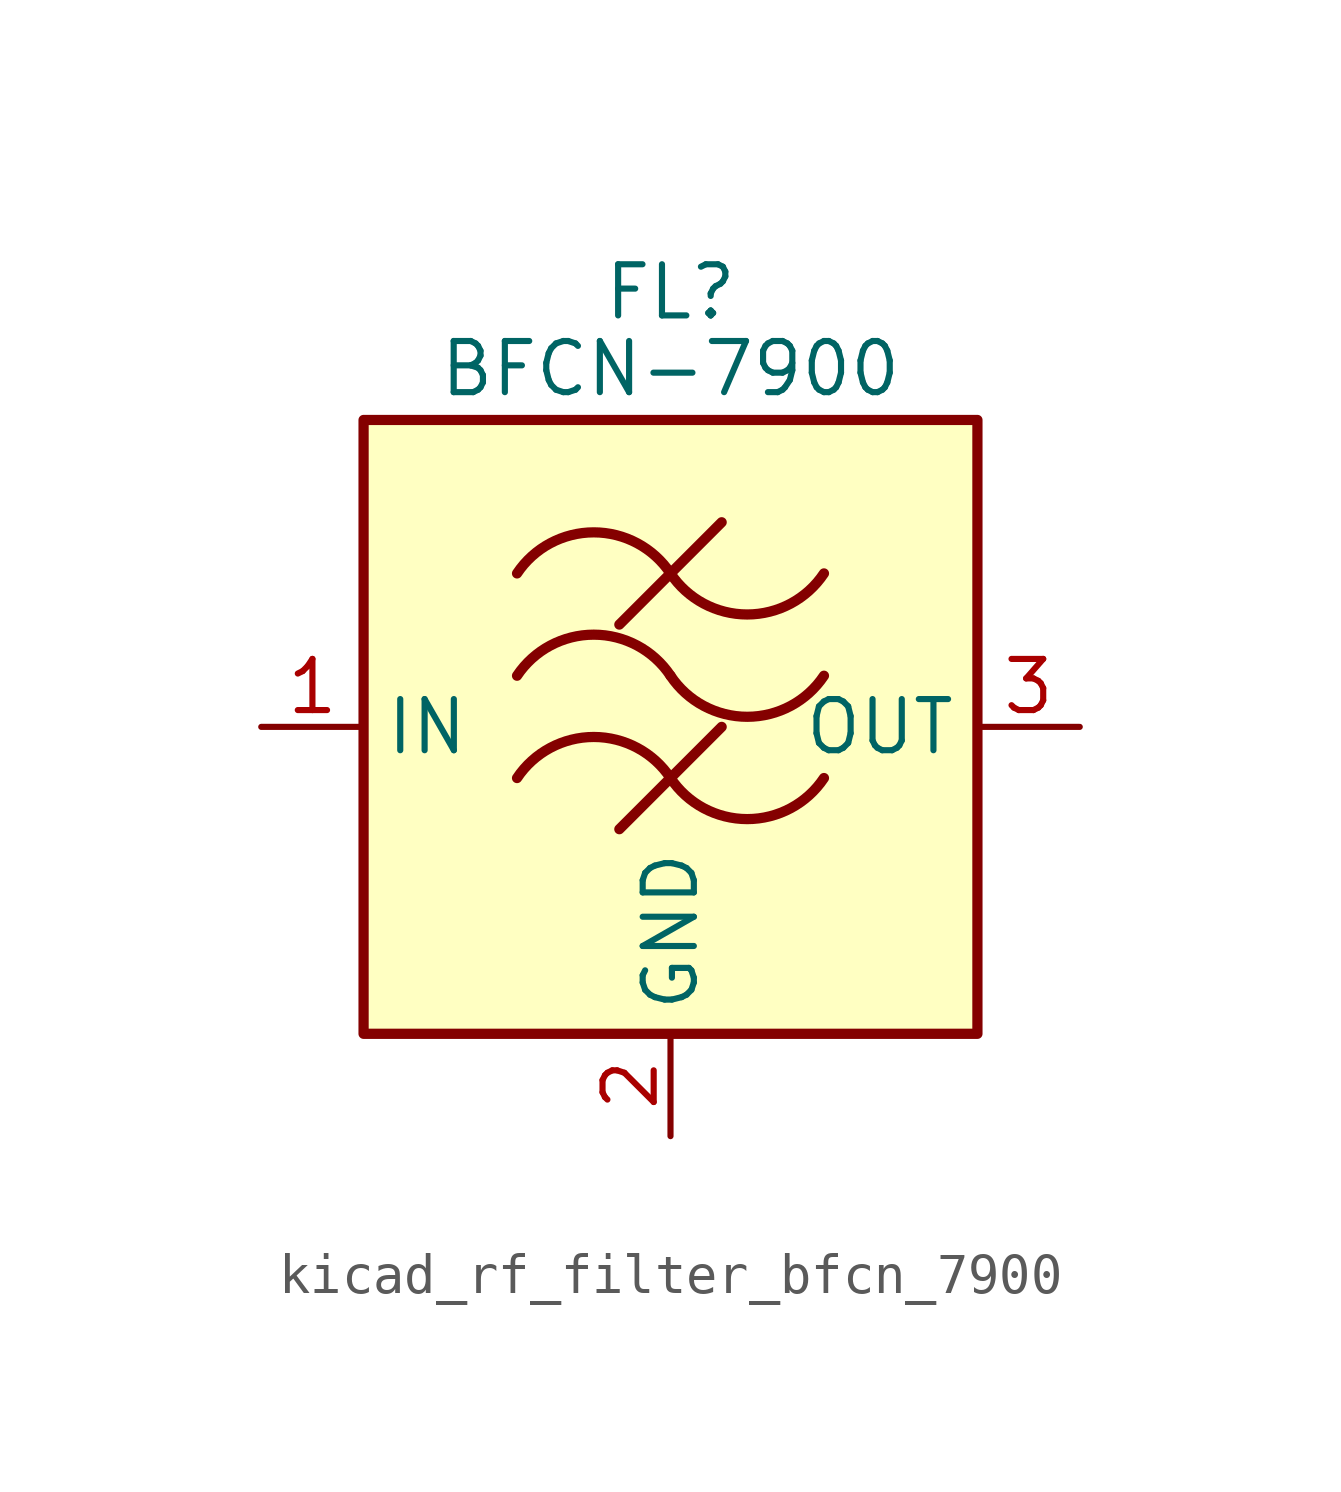
<source format=kicad_sym>
(kicad_symbol_lib
  (version 20220914)
  (generator kicad_symbol_editor)
  (symbol "kicad_rf_filter_bfcn_7900"
    (property "Reference" "FL"
      (at 0 10.795 0)
      (effects (font (size 1.27 1.27))))
    (property "Value" "BFCN-7900"
      (at 0 8.89 0)
      (effects (font (size 1.27 1.27))))
    (symbol "kicad_rf_filter_bfcn_7900_0_1"
      (rectangle (start -7.62 7.62) (end 7.62 -7.62) (stroke (width 0.254) (type default)) (fill (type background)))
      (arc (start 0 -1.27) (mid -1.905 -0.2505) (end -3.81 -1.27) (stroke (width 0.254) (type default)) (fill (type none)))
      (arc (start 0 -1.27) (mid 1.905 -2.2895) (end 3.81 -1.27) (stroke (width 0.254) (type default)) (fill (type none)))
      (polyline (pts (xy -1.27 -2.54) (xy 1.27 0)) (stroke (width 0.254) (type default)) (fill (type none)))
      (polyline (pts (xy -1.27 2.54) (xy 1.27 5.08)) (stroke (width 0.254) (type default)) (fill (type none)))
      (arc (start 0 1.27) (mid -1.905 2.2895) (end -3.81 1.27) (stroke (width 0.254) (type default)) (fill (type none)))
      (arc (start 0 1.27) (mid 1.905 0.2505) (end 3.81 1.27) (stroke (width 0.254) (type default)) (fill (type none)))
      (arc (start 0 3.81) (mid -1.905 4.8295) (end -3.81 3.81) (stroke (width 0.254) (type default)) (fill (type none)))
      (arc (start 0 3.81) (mid 1.905 2.7905) (end 3.81 3.81) (stroke (width 0.254) (type default)) (fill (type none))))
    (symbol "kicad_rf_filter_bfcn_7900_1_1"
      (pin passive line (at -10.16 0 0) (length 2.54) (name "IN" (effects (font (size 1.27 1.27)))) (number "1" (effects (font (size 1.27 1.27)))))
      (pin passive line (at 0 -10.16 90) (length 2.54) (name "GND" (effects (font (size 1.27 1.27)))) (number "2" (effects (font (size 1.27 1.27)))))
      (pin passive line (at 10.16 0 180) (length 2.54) (name "OUT" (effects (font (size 1.27 1.27)))) (number "3" (effects (font (size 1.27 1.27)))))
      (pin passive line (at 0 -10.16 90) (length 2.54) hide (name "GND" (effects (font (size 1.27 1.27)))) (number "4" (effects (font (size 1.27 1.27))))))))
</source>
